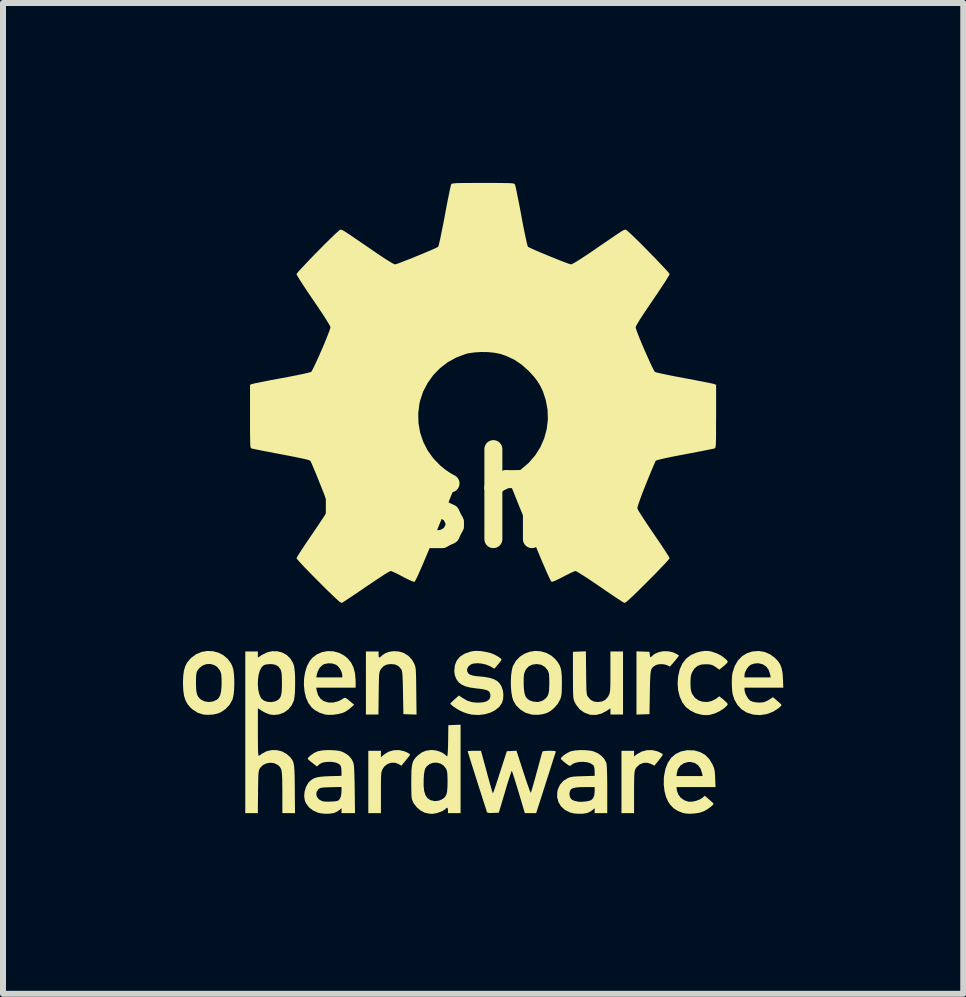
<source format=kicad_pcb>
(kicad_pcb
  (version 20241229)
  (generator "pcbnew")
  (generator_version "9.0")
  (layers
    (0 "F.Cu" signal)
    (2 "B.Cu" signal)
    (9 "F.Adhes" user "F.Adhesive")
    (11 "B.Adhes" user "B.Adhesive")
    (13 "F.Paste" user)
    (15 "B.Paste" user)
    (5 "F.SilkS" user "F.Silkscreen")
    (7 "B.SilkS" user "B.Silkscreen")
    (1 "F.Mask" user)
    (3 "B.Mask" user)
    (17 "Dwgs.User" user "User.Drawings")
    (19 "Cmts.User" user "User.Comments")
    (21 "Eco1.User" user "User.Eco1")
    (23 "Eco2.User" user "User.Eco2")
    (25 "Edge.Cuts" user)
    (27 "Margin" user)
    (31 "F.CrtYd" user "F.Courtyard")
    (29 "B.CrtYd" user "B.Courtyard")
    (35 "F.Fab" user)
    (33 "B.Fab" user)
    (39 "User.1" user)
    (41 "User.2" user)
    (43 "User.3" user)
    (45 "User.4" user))
  (footprint "oshw"
    (layer "F.Cu")
    (at 4.996 5.259)
    (property "Reference" "oshw" (at 0 0 0) (layer "F.SilkS") (effects (font (size 1.5 1.5) (thickness 0.3))))
    (attr board_only exclude_from_pos_files exclude_from_bom)
    (fp_poly (pts (xy 2.92 4.218) (xy 2.996 4.257) (xy 3.002 4.268) (xy 2.996 4.286) (xy 2.976 4.315) (xy 2.94 4.36) (xy 2.939 4.362) (xy 2.863 4.455) (xy 2.811 4.428) (xy 2.745 4.407) (xy 2.679 4.409) (xy 2.618 4.434) (xy 2.568 4.478) (xy 2.547 4.51) (xy 2.54 4.527) (xy 2.535 4.548) (xy 2.531 4.576) (xy 2.528 4.615) (xy 2.526 4.669) (xy 2.525 4.74) (xy 2.524 4.832) (xy 2.524 4.901) (xy 2.524 5.246) (xy 2.419 5.246) (xy 2.314 5.246) (xy 2.314 4.726) (xy 2.314 4.207) (xy 2.419 4.207) (xy 2.524 4.207) (xy 2.524 4.254) (xy 2.524 4.3) (xy 2.57 4.265) (xy 2.65 4.22) (xy 2.739 4.197) (xy 2.831 4.196)) (stroke (width 0) (type solid)) (fill yes) (layer "F.SilkS"))
    (fp_poly (pts (xy -1.307 4.215) (xy -1.279 4.226) (xy -1.241 4.245) (xy -1.216 4.261) (xy -1.21 4.269) (xy -1.217 4.284) (xy -1.238 4.313) (xy -1.269 4.351) (xy -1.282 4.368) (xy -1.355 4.456) (xy -1.397 4.43) (xy -1.459 4.406) (xy -1.524 4.406) (xy -1.585 4.426) (xy -1.637 4.466) (xy -1.666 4.509) (xy -1.675 4.528) (xy -1.682 4.547) (xy -1.688 4.57) (xy -1.691 4.6) (xy -1.694 4.64) (xy -1.695 4.695) (xy -1.696 4.768) (xy -1.696 4.862) (xy -1.696 4.907) (xy -1.696 5.246) (xy -1.801 5.246) (xy -1.906 5.246) (xy -1.906 4.726) (xy -1.906 4.207) (xy -1.801 4.207) (xy -1.696 4.207) (xy -1.696 4.261) (xy -1.696 4.314) (xy -1.643 4.269) (xy -1.57 4.223) (xy -1.485 4.198) (xy -1.396 4.195)) (stroke (width 0) (type solid)) (fill yes) (layer "F.SilkS"))
    (fp_poly (pts (xy 3.094 2.548) (xy 3.173 2.565) (xy 3.231 2.592) (xy 3.274 2.619) (xy 3.248 2.654) (xy 3.225 2.684) (xy 3.193 2.722) (xy 3.172 2.746) (xy 3.121 2.804) (xy 3.08 2.782) (xy 3.027 2.766) (xy 2.967 2.762) (xy 2.91 2.77) (xy 2.875 2.785) (xy 2.852 2.801) (xy 2.834 2.816) (xy 2.82 2.834) (xy 2.809 2.859) (xy 2.802 2.892) (xy 2.797 2.937) (xy 2.793 2.998) (xy 2.79 3.077) (xy 2.788 3.179) (xy 2.787 3.234) (xy 2.781 3.596) (xy 2.672 3.6) (xy 2.564 3.603) (xy 2.564 3.076) (xy 2.564 2.549) (xy 2.672 2.553) (xy 2.781 2.557) (xy 2.787 2.609) (xy 2.792 2.64) (xy 2.799 2.649) (xy 2.81 2.64) (xy 2.812 2.638) (xy 2.865 2.593) (xy 2.934 2.563) (xy 3.012 2.547)) (stroke (width 0) (type solid)) (fill yes) (layer "F.SilkS"))
    (fp_poly (pts (xy 1.725 2.911) (xy 1.726 3.018) (xy 1.728 3.102) (xy 1.729 3.166) (xy 1.731 3.214) (xy 1.735 3.248) (xy 1.739 3.272) (xy 1.744 3.289) (xy 1.751 3.302) (xy 1.756 3.308) (xy 1.8 3.357) (xy 1.848 3.384) (xy 1.907 3.394) (xy 1.917 3.394) (xy 1.99 3.385) (xy 2.047 3.356) (xy 2.09 3.305) (xy 2.1 3.287) (xy 2.109 3.268) (xy 2.116 3.249) (xy 2.121 3.226) (xy 2.125 3.197) (xy 2.127 3.156) (xy 2.129 3.101) (xy 2.13 3.029) (xy 2.13 2.935) (xy 2.13 2.89) (xy 2.13 2.551) (xy 2.235 2.551) (xy 2.34 2.551) (xy 2.34 3.076) (xy 2.34 3.602) (xy 2.235 3.602) (xy 2.13 3.602) (xy 2.13 3.551) (xy 2.13 3.499) (xy 2.065 3.543) (xy 1.978 3.588) (xy 1.889 3.609) (xy 1.802 3.607) (xy 1.781 3.603) (xy 1.69 3.568) (xy 1.614 3.512) (xy 1.555 3.435) (xy 1.536 3.398) (xy 1.527 3.379) (xy 1.52 3.359) (xy 1.515 3.337) (xy 1.511 3.309) (xy 1.509 3.271) (xy 1.507 3.22) (xy 1.506 3.153) (xy 1.506 3.067) (xy 1.505 2.958) (xy 1.505 2.945) (xy 1.505 2.557) (xy 1.613 2.553) (xy 1.721 2.549)) (stroke (width 0) (type solid)) (fill yes) (layer "F.SilkS"))
    (fp_poly (pts (xy -1.4 2.551) (xy -1.325 2.572) (xy -1.308 2.58) (xy -1.235 2.627) (xy -1.18 2.686) (xy -1.141 2.754) (xy -1.133 2.774) (xy -1.126 2.794) (xy -1.12 2.817) (xy -1.116 2.846) (xy -1.113 2.886) (xy -1.111 2.938) (xy -1.109 3.007) (xy -1.108 3.095) (xy -1.107 3.206) (xy -1.107 3.212) (xy -1.102 3.603) (xy -1.212 3.6) (xy -1.321 3.596) (xy -1.328 3.241) (xy -1.33 3.133) (xy -1.332 3.049) (xy -1.335 2.984) (xy -1.338 2.936) (xy -1.341 2.901) (xy -1.346 2.876) (xy -1.352 2.858) (xy -1.359 2.845) (xy -1.401 2.797) (xy -1.456 2.769) (xy -1.524 2.761) (xy -1.595 2.769) (xy -1.649 2.794) (xy -1.692 2.84) (xy -1.698 2.849) (xy -1.707 2.865) (xy -1.714 2.881) (xy -1.72 2.901) (xy -1.724 2.928) (xy -1.727 2.965) (xy -1.729 3.016) (xy -1.731 3.085) (xy -1.732 3.174) (xy -1.733 3.251) (xy -1.737 3.602) (xy -1.842 3.602) (xy -1.946 3.602) (xy -1.946 3.076) (xy -1.946 2.551) (xy -1.841 2.551) (xy -1.735 2.551) (xy -1.735 2.603) (xy -1.733 2.641) (xy -1.723 2.653) (xy -1.703 2.642) (xy -1.683 2.623) (xy -1.629 2.583) (xy -1.559 2.557) (xy -1.48 2.546)) (stroke (width 0) (type solid)) (fill yes) (layer "F.SilkS"))
    (fp_poly (pts (xy -2.487 2.549) (xy -2.394 2.574) (xy -2.308 2.619) (xy -2.25 2.667) (xy -2.194 2.735) (xy -2.154 2.815) (xy -2.129 2.909) (xy -2.118 3.022) (xy -2.117 3.073) (xy -2.117 3.155) (xy -2.446 3.155) (xy -2.775 3.155) (xy -2.766 3.205) (xy -2.743 3.28) (xy -2.702 3.34) (xy -2.649 3.379) (xy -2.572 3.402) (xy -2.489 3.402) (xy -2.405 3.381) (xy -2.326 3.338) (xy -2.32 3.333) (xy -2.305 3.324) (xy -2.289 3.325) (xy -2.268 3.336) (xy -2.235 3.362) (xy -2.218 3.376) (xy -2.142 3.438) (xy -2.202 3.493) (xy -2.248 3.529) (xy -2.301 3.561) (xy -2.331 3.574) (xy -2.405 3.594) (xy -2.488 3.606) (xy -2.569 3.608) (xy -2.628 3.602) (xy -2.718 3.573) (xy -2.8 3.527) (xy -2.849 3.486) (xy -2.904 3.413) (xy -2.944 3.323) (xy -2.969 3.221) (xy -2.98 3.112) (xy -2.977 3.002) (xy -2.974 2.984) (xy -2.773 2.984) (xy -2.557 2.984) (xy -2.34 2.984) (xy -2.34 2.947) (xy -2.35 2.896) (xy -2.377 2.842) (xy -2.414 2.796) (xy -2.445 2.772) (xy -2.506 2.752) (xy -2.573 2.748) (xy -2.636 2.761) (xy -2.67 2.777) (xy -2.717 2.823) (xy -2.751 2.888) (xy -2.766 2.942) (xy -2.773 2.984) (xy -2.974 2.984) (xy -2.959 2.894) (xy -2.928 2.795) (xy -2.882 2.709) (xy -2.839 2.657) (xy -2.763 2.599) (xy -2.676 2.562) (xy -2.583 2.545)) (stroke (width 0) (type solid)) (fill yes) (layer "F.SilkS"))
    (fp_poly (pts (xy 3.53 4.201) (xy 3.628 4.229) (xy 3.712 4.278) (xy 3.781 4.349) (xy 3.827 4.425) (xy 3.846 4.466) (xy 3.859 4.501) (xy 3.867 4.539) (xy 3.872 4.586) (xy 3.876 4.651) (xy 3.876 4.662) (xy 3.882 4.812) (xy 3.556 4.812) (xy 3.231 4.812) (xy 3.238 4.867) (xy 3.26 4.933) (xy 3.302 4.99) (xy 3.362 5.032) (xy 3.431 5.055) (xy 3.49 5.055) (xy 3.556 5.042) (xy 3.62 5.018) (xy 3.665 4.99) (xy 3.704 4.957) (xy 3.775 5.018) (xy 3.81 5.049) (xy 3.837 5.074) (xy 3.849 5.087) (xy 3.849 5.088) (xy 3.843 5.104) (xy 3.818 5.128) (xy 3.782 5.157) (xy 3.739 5.186) (xy 3.695 5.211) (xy 3.682 5.217) (xy 3.616 5.239) (xy 3.537 5.252) (xy 3.455 5.257) (xy 3.379 5.252) (xy 3.333 5.241) (xy 3.248 5.207) (xy 3.182 5.164) (xy 3.128 5.107) (xy 3.097 5.062) (xy 3.058 4.98) (xy 3.032 4.88) (xy 3.019 4.769) (xy 3.021 4.652) (xy 3.024 4.629) (xy 3.024 4.628) (xy 3.231 4.628) (xy 3.449 4.628) (xy 3.667 4.628) (xy 3.659 4.585) (xy 3.634 4.507) (xy 3.592 4.448) (xy 3.536 4.41) (xy 3.467 4.394) (xy 3.428 4.394) (xy 3.356 4.413) (xy 3.298 4.452) (xy 3.257 4.508) (xy 3.238 4.573) (xy 3.231 4.628) (xy 3.024 4.628) (xy 3.047 4.509) (xy 3.087 4.406) (xy 3.144 4.323) (xy 3.217 4.26) (xy 3.305 4.218) (xy 3.407 4.198) (xy 3.42 4.197)) (stroke (width 0) (type solid)) (fill yes) (layer "F.SilkS"))
    (fp_poly (pts (xy 3.755 2.542) (xy 3.805 2.551) (xy 3.826 2.556) (xy 3.911 2.586) (xy 3.992 2.63) (xy 4.056 2.682) (xy 4.062 2.688) (xy 4.082 2.711) (xy 4.085 2.726) (xy 4.072 2.745) (xy 4.068 2.749) (xy 4.042 2.775) (xy 4.006 2.805) (xy 3.994 2.815) (xy 3.946 2.854) (xy 3.885 2.811) (xy 3.845 2.786) (xy 3.808 2.772) (xy 3.76 2.765) (xy 3.737 2.764) (xy 3.652 2.768) (xy 3.586 2.79) (xy 3.533 2.833) (xy 3.498 2.887) (xy 3.482 2.922) (xy 3.472 2.957) (xy 3.467 3) (xy 3.465 3.058) (xy 3.465 3.076) (xy 3.466 3.141) (xy 3.471 3.188) (xy 3.479 3.225) (xy 3.494 3.26) (xy 3.496 3.263) (xy 3.538 3.323) (xy 3.597 3.366) (xy 3.665 3.389) (xy 3.74 3.394) (xy 3.816 3.378) (xy 3.887 3.342) (xy 3.897 3.334) (xy 3.945 3.298) (xy 3.994 3.337) (xy 4.029 3.367) (xy 4.06 3.396) (xy 4.068 3.404) (xy 4.085 3.425) (xy 4.083 3.44) (xy 4.068 3.459) (xy 4.016 3.505) (xy 3.948 3.548) (xy 3.874 3.583) (xy 3.849 3.591) (xy 3.789 3.607) (xy 3.736 3.613) (xy 3.678 3.61) (xy 3.628 3.602) (xy 3.548 3.579) (xy 3.467 3.538) (xy 3.398 3.487) (xy 3.384 3.474) (xy 3.328 3.399) (xy 3.286 3.306) (xy 3.259 3.2) (xy 3.25 3.085) (xy 3.258 2.97) (xy 3.285 2.851) (xy 3.33 2.751) (xy 3.392 2.671) (xy 3.472 2.61) (xy 3.571 2.568) (xy 3.651 2.549) (xy 3.708 2.542)) (stroke (width 0) (type solid)) (fill yes) (layer "F.SilkS"))
    (fp_poly (pts (xy 4.703 2.56) (xy 4.797 2.602) (xy 4.876 2.662) (xy 4.926 2.715) (xy 4.962 2.771) (xy 4.985 2.834) (xy 5 2.912) (xy 5.006 3.007) (xy 5.012 3.155) (xy 4.688 3.155) (xy 4.365 3.155) (xy 4.365 3.192) (xy 4.374 3.237) (xy 4.396 3.289) (xy 4.427 3.337) (xy 4.46 3.371) (xy 4.501 3.389) (xy 4.558 3.4) (xy 4.62 3.404) (xy 4.677 3.398) (xy 4.698 3.393) (xy 4.74 3.375) (xy 4.785 3.35) (xy 4.792 3.345) (xy 4.84 3.313) (xy 4.911 3.374) (xy 4.946 3.405) (xy 4.972 3.43) (xy 4.983 3.445) (xy 4.983 3.445) (xy 4.973 3.459) (xy 4.95 3.482) (xy 4.936 3.494) (xy 4.841 3.556) (xy 4.735 3.596) (xy 4.623 3.612) (xy 4.509 3.603) (xy 4.503 3.602) (xy 4.401 3.569) (xy 4.315 3.515) (xy 4.247 3.442) (xy 4.195 3.35) (xy 4.169 3.268) (xy 4.16 3.212) (xy 4.155 3.14) (xy 4.153 3.061) (xy 4.156 2.985) (xy 4.16 2.947) (xy 4.365 2.947) (xy 4.365 2.984) (xy 4.583 2.984) (xy 4.802 2.984) (xy 4.793 2.935) (xy 4.768 2.859) (xy 4.726 2.802) (xy 4.668 2.764) (xy 4.597 2.748) (xy 4.583 2.748) (xy 4.523 2.754) (xy 4.472 2.771) (xy 4.47 2.772) (xy 4.43 2.805) (xy 4.395 2.854) (xy 4.371 2.908) (xy 4.365 2.947) (xy 4.16 2.947) (xy 4.163 2.922) (xy 4.166 2.905) (xy 4.202 2.794) (xy 4.255 2.702) (xy 4.324 2.63) (xy 4.409 2.579) (xy 4.499 2.551) (xy 4.602 2.543)) (stroke (width 0) (type solid)) (fill yes) (layer "F.SilkS"))
    (fp_poly (pts (xy -4.496 2.547) (xy -4.405 2.571) (xy -4.322 2.614) (xy -4.25 2.675) (xy -4.192 2.755) (xy -4.173 2.796) (xy -4.157 2.849) (xy -4.147 2.922) (xy -4.141 3.006) (xy -4.14 3.097) (xy -4.143 3.185) (xy -4.151 3.266) (xy -4.164 3.331) (xy -4.173 3.358) (xy -4.22 3.441) (xy -4.286 3.511) (xy -4.364 3.564) (xy -4.417 3.586) (xy -4.496 3.603) (xy -4.581 3.608) (xy -4.655 3.603) (xy -4.75 3.573) (xy -4.836 3.518) (xy -4.869 3.489) (xy -4.918 3.432) (xy -4.953 3.367) (xy -4.978 3.291) (xy -4.991 3.198) (xy -4.996 3.085) (xy -4.996 3.076) (xy -4.779 3.076) (xy -4.777 3.161) (xy -4.771 3.225) (xy -4.759 3.273) (xy -4.74 3.309) (xy -4.712 3.34) (xy -4.692 3.356) (xy -4.634 3.384) (xy -4.565 3.394) (xy -4.496 3.385) (xy -4.433 3.357) (xy -4.433 3.357) (xy -4.4 3.327) (xy -4.376 3.282) (xy -4.361 3.22) (xy -4.353 3.137) (xy -4.352 3.076) (xy -4.352 3.007) (xy -4.355 2.958) (xy -4.36 2.922) (xy -4.369 2.892) (xy -4.381 2.867) (xy -4.422 2.812) (xy -4.476 2.777) (xy -4.538 2.76) (xy -4.603 2.762) (xy -4.665 2.783) (xy -4.719 2.824) (xy -4.752 2.866) (xy -4.764 2.889) (xy -4.771 2.915) (xy -4.776 2.95) (xy -4.778 2.999) (xy -4.779 3.069) (xy -4.779 3.076) (xy -4.996 3.076) (xy -4.992 2.964) (xy -4.98 2.873) (xy -4.958 2.797) (xy -4.925 2.734) (xy -4.878 2.677) (xy -4.859 2.658) (xy -4.776 2.597) (xy -4.685 2.559) (xy -4.591 2.543)) (stroke (width 0) (type solid)) (fill yes) (layer "F.SilkS"))
    (fp_poly (pts (xy 0.971 2.549) (xy 1.062 2.575) (xy 1.147 2.622) (xy 1.215 2.683) (xy 1.252 2.729) (xy 1.28 2.775) (xy 1.3 2.825) (xy 1.312 2.885) (xy 1.319 2.96) (xy 1.321 3.055) (xy 1.321 3.083) (xy 1.32 3.163) (xy 1.318 3.222) (xy 1.315 3.266) (xy 1.308 3.301) (xy 1.299 3.333) (xy 1.291 3.354) (xy 1.252 3.424) (xy 1.195 3.49) (xy 1.129 3.545) (xy 1.074 3.575) (xy 1.001 3.597) (xy 0.917 3.608) (xy 0.833 3.605) (xy 0.812 3.602) (xy 0.715 3.573) (xy 0.63 3.521) (xy 0.559 3.451) (xy 0.511 3.37) (xy 0.492 3.31) (xy 0.479 3.231) (xy 0.471 3.141) (xy 0.47 3.076) (xy 0.684 3.076) (xy 0.687 3.172) (xy 0.697 3.245) (xy 0.715 3.3) (xy 0.743 3.339) (xy 0.784 3.367) (xy 0.838 3.385) (xy 0.838 3.386) (xy 0.915 3.394) (xy 0.985 3.378) (xy 1.024 3.355) (xy 1.058 3.326) (xy 1.082 3.293) (xy 1.098 3.252) (xy 1.107 3.198) (xy 1.11 3.125) (xy 1.111 3.076) (xy 1.11 3.005) (xy 1.108 2.954) (xy 1.104 2.918) (xy 1.096 2.891) (xy 1.085 2.868) (xy 1.084 2.866) (xy 1.037 2.808) (xy 0.976 2.773) (xy 0.903 2.761) (xy 0.902 2.761) (xy 0.826 2.771) (xy 0.766 2.801) (xy 0.722 2.851) (xy 0.713 2.867) (xy 0.7 2.896) (xy 0.691 2.925) (xy 0.686 2.963) (xy 0.684 3.014) (xy 0.684 3.076) (xy 0.47 3.076) (xy 0.47 3.046) (xy 0.474 2.954) (xy 0.485 2.871) (xy 0.501 2.804) (xy 0.506 2.792) (xy 0.555 2.707) (xy 0.62 2.639) (xy 0.698 2.588) (xy 0.785 2.556) (xy 0.877 2.542)) (stroke (width 0) (type solid)) (fill yes) (layer "F.SilkS"))
    (fp_poly (pts (xy -0.368 4.509) (xy -0.368 5.246) (xy -0.473 5.246) (xy -0.578 5.246) (xy -0.578 5.2) (xy -0.582 5.165) (xy -0.594 5.155) (xy -0.615 5.17) (xy -0.624 5.18) (xy -0.659 5.205) (xy -0.71 5.228) (xy -0.77 5.247) (xy -0.828 5.257) (xy -0.852 5.258) (xy -0.904 5.253) (xy -0.956 5.241) (xy -0.968 5.238) (xy -1.038 5.201) (xy -1.101 5.146) (xy -1.151 5.08) (xy -1.159 5.065) (xy -1.169 5.042) (xy -1.177 5.02) (xy -1.183 4.995) (xy -1.186 4.961) (xy -1.188 4.916) (xy -1.189 4.854) (xy -1.19 4.79) (xy -0.984 4.79) (xy -0.975 4.878) (xy -0.954 4.946) (xy -0.922 4.994) (xy -0.878 5.025) (xy -0.865 5.031) (xy -0.797 5.046) (xy -0.732 5.038) (xy -0.689 5.022) (xy -0.651 4.999) (xy -0.624 4.972) (xy -0.605 4.936) (xy -0.593 4.886) (xy -0.587 4.819) (xy -0.585 4.73) (xy -0.585 4.726) (xy -0.586 4.653) (xy -0.588 4.6) (xy -0.592 4.562) (xy -0.599 4.532) (xy -0.61 4.507) (xy -0.612 4.503) (xy -0.651 4.453) (xy -0.704 4.42) (xy -0.764 4.405) (xy -0.826 4.407) (xy -0.884 4.428) (xy -0.932 4.466) (xy -0.955 4.499) (xy -0.969 4.54) (xy -0.978 4.603) (xy -0.983 4.678) (xy -0.984 4.79) (xy -1.19 4.79) (xy -1.19 4.771) (xy -1.19 4.733) (xy -1.189 4.625) (xy -1.187 4.54) (xy -1.181 4.474) (xy -1.172 4.422) (xy -1.158 4.38) (xy -1.138 4.346) (xy -1.112 4.314) (xy -1.078 4.282) (xy -1.012 4.233) (xy -0.942 4.205) (xy -0.86 4.194) (xy -0.84 4.194) (xy -0.782 4.201) (xy -0.721 4.218) (xy -0.666 4.242) (xy -0.626 4.271) (xy -0.62 4.277) (xy -0.6 4.295) (xy -0.59 4.299) (xy -0.587 4.287) (xy -0.583 4.252) (xy -0.58 4.199) (xy -0.577 4.131) (xy -0.576 4.053) (xy -0.575 4.039) (xy -0.572 3.78) (xy -0.47 3.776) (xy -0.368 3.772)) (stroke (width 0) (type solid)) (fill yes) (layer "F.SilkS"))
    (fp_poly (pts (xy -0.023 2.546) (xy 0.052 2.558) (xy 0.121 2.574) (xy 0.169 2.591) (xy 0.219 2.615) (xy 0.264 2.641) (xy 0.297 2.665) (xy 0.314 2.683) (xy 0.315 2.686) (xy 0.308 2.701) (xy 0.287 2.73) (xy 0.257 2.766) (xy 0.255 2.768) (xy 0.195 2.839) (xy 0.122 2.797) (xy 0.057 2.77) (xy -0.016 2.753) (xy -0.09 2.747) (xy -0.155 2.753) (xy -0.195 2.767) (xy -0.236 2.799) (xy -0.258 2.838) (xy -0.259 2.88) (xy -0.239 2.917) (xy -0.211 2.938) (xy -0.179 2.949) (xy -0.131 2.959) (xy -0.077 2.965) (xy -0.077 2.965) (xy 0.033 2.976) (xy 0.119 2.992) (xy 0.187 3.013) (xy 0.239 3.042) (xy 0.279 3.079) (xy 0.311 3.127) (xy 0.313 3.132) (xy 0.337 3.2) (xy 0.346 3.276) (xy 0.34 3.351) (xy 0.322 3.409) (xy 0.278 3.474) (xy 0.212 3.528) (xy 0.131 3.57) (xy 0.037 3.598) (xy -0.065 3.61) (xy -0.171 3.605) (xy -0.197 3.601) (xy -0.249 3.588) (xy -0.309 3.568) (xy -0.353 3.549) (xy -0.401 3.525) (xy -0.449 3.496) (xy -0.492 3.466) (xy -0.523 3.441) (xy -0.538 3.423) (xy -0.539 3.42) (xy -0.53 3.408) (xy -0.505 3.384) (xy -0.471 3.352) (xy -0.467 3.348) (xy -0.395 3.285) (xy -0.336 3.326) (xy -0.255 3.372) (xy -0.174 3.397) (xy -0.08 3.405) (xy -0.077 3.405) (xy 0.008 3.399) (xy 0.071 3.38) (xy 0.111 3.349) (xy 0.129 3.304) (xy 0.129 3.271) (xy 0.121 3.239) (xy 0.102 3.215) (xy 0.069 3.196) (xy 0.018 3.183) (xy -0.054 3.172) (xy -0.092 3.169) (xy -0.199 3.154) (xy -0.283 3.134) (xy -0.349 3.105) (xy -0.399 3.066) (xy -0.436 3.015) (xy -0.448 2.991) (xy -0.464 2.944) (xy -0.472 2.89) (xy -0.473 2.874) (xy -0.463 2.78) (xy -0.431 2.701) (xy -0.377 2.637) (xy -0.302 2.589) (xy -0.206 2.555) (xy -0.149 2.544) (xy -0.094 2.541)) (stroke (width 0) (type solid)) (fill yes) (layer "F.SilkS"))
    (fp_poly (pts (xy -2.524 4.196) (xy -2.455 4.2) (xy -2.405 4.206) (xy -2.365 4.215) (xy -2.328 4.229) (xy -2.309 4.239) (xy -2.236 4.285) (xy -2.184 4.346) (xy -2.156 4.404) (xy -2.15 4.429) (xy -2.145 4.47) (xy -2.141 4.53) (xy -2.138 4.611) (xy -2.135 4.714) (xy -2.133 4.842) (xy -2.133 4.848) (xy -2.128 5.246) (xy -2.24 5.246) (xy -2.353 5.246) (xy -2.353 5.205) (xy -2.353 5.164) (xy -2.393 5.198) (xy -2.434 5.225) (xy -2.479 5.244) (xy -2.482 5.245) (xy -2.543 5.255) (xy -2.617 5.257) (xy -2.69 5.251) (xy -2.743 5.24) (xy -2.828 5.202) (xy -2.897 5.148) (xy -2.946 5.08) (xy -2.964 5.038) (xy -2.975 4.966) (xy -2.973 4.937) (xy -2.773 4.937) (xy -2.759 4.981) (xy -2.726 5.019) (xy -2.678 5.045) (xy -2.662 5.049) (xy -2.621 5.054) (xy -2.567 5.055) (xy -2.509 5.053) (xy -2.457 5.049) (xy -2.419 5.042) (xy -2.413 5.04) (xy -2.386 5.017) (xy -2.365 4.973) (xy -2.355 4.914) (xy -2.353 4.884) (xy -2.353 4.81) (xy -2.53 4.814) (xy -2.602 4.816) (xy -2.652 4.819) (xy -2.686 4.823) (xy -2.709 4.829) (xy -2.726 4.838) (xy -2.74 4.85) (xy -2.768 4.891) (xy -2.773 4.937) (xy -2.973 4.937) (xy -2.968 4.887) (xy -2.945 4.81) (xy -2.908 4.744) (xy -2.884 4.717) (xy -2.849 4.688) (xy -2.811 4.666) (xy -2.767 4.651) (xy -2.71 4.641) (xy -2.637 4.634) (xy -2.547 4.63) (xy -2.353 4.625) (xy -2.353 4.553) (xy -2.356 4.507) (xy -2.362 4.469) (xy -2.368 4.455) (xy -2.397 4.425) (xy -2.446 4.404) (xy -2.51 4.392) (xy -2.542 4.391) (xy -2.615 4.394) (xy -2.669 4.404) (xy -2.709 4.423) (xy -2.728 4.438) (xy -2.762 4.469) (xy -2.84 4.408) (xy -2.878 4.378) (xy -2.906 4.353) (xy -2.918 4.339) (xy -2.919 4.337) (xy -2.909 4.324) (xy -2.886 4.3) (xy -2.863 4.28) (xy -2.808 4.241) (xy -2.745 4.214) (xy -2.671 4.2) (xy -2.579 4.195)) (stroke (width 0) (type solid)) (fill yes) (layer "F.SilkS"))
    (fp_poly (pts (xy 1.719 4.197) (xy 1.802 4.206) (xy 1.846 4.216) (xy 1.916 4.246) (xy 1.979 4.29) (xy 2.029 4.344) (xy 2.06 4.403) (xy 2.063 4.411) (xy 2.067 4.441) (xy 2.071 4.495) (xy 2.074 4.572) (xy 2.076 4.668) (xy 2.077 4.781) (xy 2.077 4.855) (xy 2.077 5.246) (xy 1.972 5.246) (xy 1.867 5.246) (xy 1.867 5.205) (xy 1.867 5.164) (xy 1.827 5.198) (xy 1.786 5.225) (xy 1.741 5.244) (xy 1.738 5.245) (xy 1.674 5.256) (xy 1.597 5.257) (xy 1.521 5.251) (xy 1.457 5.236) (xy 1.456 5.235) (xy 1.372 5.193) (xy 1.308 5.135) (xy 1.264 5.063) (xy 1.242 4.982) (xy 1.243 4.933) (xy 1.447 4.933) (xy 1.457 4.985) (xy 1.488 5.023) (xy 1.528 5.041) (xy 1.565 5.049) (xy 1.584 5.054) (xy 1.623 5.058) (xy 1.674 5.056) (xy 1.728 5.05) (xy 1.776 5.041) (xy 1.808 5.029) (xy 1.81 5.028) (xy 1.842 4.996) (xy 1.861 4.949) (xy 1.867 4.882) (xy 1.867 4.877) (xy 1.867 4.812) (xy 1.702 4.812) (xy 1.612 4.814) (xy 1.546 4.82) (xy 1.499 4.833) (xy 1.469 4.853) (xy 1.453 4.883) (xy 1.447 4.923) (xy 1.447 4.933) (xy 1.243 4.933) (xy 1.244 4.893) (xy 1.254 4.849) (xy 1.29 4.771) (xy 1.347 4.707) (xy 1.42 4.662) (xy 1.448 4.651) (xy 1.48 4.643) (xy 1.521 4.637) (xy 1.576 4.633) (xy 1.651 4.631) (xy 1.673 4.63) (xy 1.867 4.625) (xy 1.867 4.549) (xy 1.863 4.493) (xy 1.851 4.456) (xy 1.844 4.447) (xy 1.803 4.418) (xy 1.746 4.399) (xy 1.68 4.391) (xy 1.611 4.393) (xy 1.548 4.406) (xy 1.497 4.428) (xy 1.474 4.448) (xy 1.463 4.457) (xy 1.449 4.457) (xy 1.427 4.445) (xy 1.391 4.419) (xy 1.379 4.41) (xy 1.342 4.38) (xy 1.314 4.355) (xy 1.302 4.34) (xy 1.302 4.339) (xy 1.312 4.319) (xy 1.34 4.292) (xy 1.379 4.263) (xy 1.423 4.237) (xy 1.464 4.218) (xy 1.474 4.214) (xy 1.544 4.201) (xy 1.63 4.195)) (stroke (width 0) (type solid)) (fill yes) (layer "F.SilkS"))
    (fp_poly (pts (xy 0.679 4.561) (xy 0.709 4.652) (xy 0.736 4.734) (xy 0.761 4.803) (xy 0.78 4.857) (xy 0.795 4.893) (xy 0.802 4.907) (xy 0.803 4.907) (xy 0.808 4.892) (xy 0.82 4.855) (xy 0.836 4.8) (xy 0.856 4.73) (xy 0.879 4.648) (xy 0.9 4.569) (xy 0.925 4.479) (xy 0.947 4.398) (xy 0.966 4.328) (xy 0.981 4.273) (xy 0.992 4.237) (xy 0.996 4.223) (xy 1.01 4.214) (xy 1.048 4.209) (xy 1.109 4.207) (xy 1.114 4.207) (xy 1.171 4.208) (xy 1.204 4.211) (xy 1.219 4.218) (xy 1.219 4.223) (xy 1.214 4.241) (xy 1.201 4.279) (xy 1.184 4.333) (xy 1.162 4.401) (xy 1.138 4.476) (xy 1.138 4.477) (xy 1.109 4.569) (xy 1.074 4.677) (xy 1.038 4.79) (xy 1.003 4.9) (xy 0.978 4.979) (xy 0.892 5.246) (xy 0.797 5.246) (xy 0.703 5.246) (xy 0.599 4.896) (xy 0.571 4.805) (xy 0.546 4.723) (xy 0.524 4.652) (xy 0.506 4.596) (xy 0.493 4.558) (xy 0.486 4.542) (xy 0.486 4.542) (xy 0.48 4.553) (xy 0.468 4.586) (xy 0.451 4.637) (xy 0.429 4.705) (xy 0.404 4.785) (xy 0.377 4.875) (xy 0.374 4.888) (xy 0.269 5.239) (xy 0.174 5.243) (xy 0.119 5.244) (xy 0.086 5.24) (xy 0.073 5.231) (xy 0.072 5.23) (xy 0.065 5.209) (xy 0.052 5.167) (xy 0.033 5.108) (xy 0.009 5.035) (xy -0.017 4.951) (xy -0.047 4.859) (xy -0.078 4.762) (xy -0.109 4.664) (xy -0.139 4.568) (xy -0.168 4.478) (xy -0.194 4.395) (xy -0.216 4.325) (xy -0.233 4.269) (xy -0.245 4.231) (xy -0.25 4.215) (xy -0.25 4.214) (xy -0.238 4.211) (xy -0.205 4.209) (xy -0.159 4.207) (xy -0.139 4.207) (xy -0.028 4.207) (xy -0.016 4.25) (xy -0.009 4.274) (xy 0.003 4.32) (xy 0.02 4.383) (xy 0.041 4.459) (xy 0.064 4.544) (xy 0.08 4.605) (xy 0.104 4.691) (xy 0.125 4.768) (xy 0.144 4.832) (xy 0.158 4.881) (xy 0.168 4.91) (xy 0.171 4.917) (xy 0.176 4.905) (xy 0.189 4.871) (xy 0.207 4.818) (xy 0.23 4.75) (xy 0.256 4.669) (xy 0.285 4.579) (xy 0.29 4.565) (xy 0.403 4.214) (xy 0.483 4.21) (xy 0.564 4.206)) (stroke (width 0) (type solid)) (fill yes) (layer "F.SilkS"))
    (fp_poly (pts (xy -3.423 2.548) (xy -3.341 2.569) (xy -3.267 2.61) (xy -3.206 2.669) (xy -3.161 2.744) (xy -3.147 2.784) (xy -3.138 2.832) (xy -3.131 2.9) (xy -3.127 2.981) (xy -3.126 3.069) (xy -3.127 3.157) (xy -3.13 3.24) (xy -3.137 3.31) (xy -3.145 3.362) (xy -3.147 3.369) (xy -3.184 3.45) (xy -3.24 3.518) (xy -3.311 3.569) (xy -3.392 3.6) (xy -3.481 3.61) (xy -3.546 3.602) (xy -3.593 3.586) (xy -3.646 3.561) (xy -3.678 3.542) (xy -3.747 3.497) (xy -3.747 3.899) (xy -3.747 4.016) (xy -3.746 4.109) (xy -3.745 4.18) (xy -3.743 4.232) (xy -3.74 4.266) (xy -3.737 4.285) (xy -3.732 4.291) (xy -3.73 4.291) (xy -3.709 4.277) (xy -3.679 4.256) (xy -3.675 4.253) (xy -3.599 4.213) (xy -3.515 4.195) (xy -3.427 4.197) (xy -3.343 4.218) (xy -3.268 4.26) (xy -3.236 4.287) (xy -3.209 4.314) (xy -3.188 4.339) (xy -3.171 4.364) (xy -3.158 4.393) (xy -3.149 4.428) (xy -3.142 4.474) (xy -3.138 4.533) (xy -3.135 4.608) (xy -3.133 4.702) (xy -3.132 4.82) (xy -3.132 4.841) (xy -3.128 5.246) (xy -3.234 5.246) (xy -3.339 5.246) (xy -3.339 4.901) (xy -3.34 4.786) (xy -3.341 4.695) (xy -3.344 4.624) (xy -3.348 4.57) (xy -3.355 4.529) (xy -3.366 4.499) (xy -3.38 4.476) (xy -3.398 4.457) (xy -3.42 4.44) (xy -3.478 4.413) (xy -3.543 4.406) (xy -3.608 4.418) (xy -3.666 4.447) (xy -3.71 4.493) (xy -3.711 4.495) (xy -3.72 4.51) (xy -3.727 4.527) (xy -3.732 4.547) (xy -3.736 4.575) (xy -3.739 4.614) (xy -3.741 4.668) (xy -3.742 4.739) (xy -3.744 4.832) (xy -3.744 4.894) (xy -3.748 5.246) (xy -3.853 5.246) (xy -3.957 5.246) (xy -3.957 3.898) (xy -3.957 3.103) (xy -3.748 3.103) (xy -3.741 3.187) (xy -3.724 3.262) (xy -3.699 3.321) (xy -3.686 3.339) (xy -3.643 3.372) (xy -3.585 3.391) (xy -3.521 3.395) (xy -3.459 3.383) (xy -3.423 3.366) (xy -3.394 3.344) (xy -3.374 3.317) (xy -3.36 3.281) (xy -3.351 3.231) (xy -3.347 3.164) (xy -3.346 3.083) (xy -3.347 3.005) (xy -3.349 2.947) (xy -3.353 2.906) (xy -3.36 2.876) (xy -3.37 2.851) (xy -3.404 2.803) (xy -3.452 2.774) (xy -3.516 2.762) (xy -3.563 2.763) (xy -3.611 2.768) (xy -3.641 2.777) (xy -3.664 2.793) (xy -3.683 2.813) (xy -3.713 2.866) (xy -3.734 2.936) (xy -3.745 3.017) (xy -3.748 3.103) (xy -3.957 3.103) (xy -3.957 2.551) (xy -3.852 2.551) (xy -3.747 2.551) (xy -3.747 2.602) (xy -3.747 2.654) (xy -3.682 2.61) (xy -3.597 2.567) (xy -3.51 2.547)) (stroke (width 0) (type solid)) (fill yes) (layer "F.SilkS"))
    (fp_poly (pts (xy 0.137 -5.259) (xy 0.244 -5.259) (xy 0.329 -5.258) (xy 0.395 -5.257) (xy 0.445 -5.256) (xy 0.482 -5.254) (xy 0.506 -5.251) (xy 0.522 -5.247) (xy 0.531 -5.242) (xy 0.537 -5.236) (xy 0.539 -5.233) (xy 0.544 -5.215) (xy 0.554 -5.174) (xy 0.567 -5.113) (xy 0.582 -5.035) (xy 0.601 -4.943) (xy 0.621 -4.84) (xy 0.642 -4.729) (xy 0.645 -4.711) (xy 0.666 -4.599) (xy 0.686 -4.496) (xy 0.705 -4.403) (xy 0.722 -4.324) (xy 0.736 -4.261) (xy 0.747 -4.218) (xy 0.754 -4.198) (xy 0.754 -4.197) (xy 0.772 -4.186) (xy 0.81 -4.168) (xy 0.865 -4.143) (xy 0.932 -4.114) (xy 1.009 -4.082) (xy 1.09 -4.048) (xy 1.173 -4.014) (xy 1.253 -3.982) (xy 1.326 -3.953) (xy 1.389 -3.93) (xy 1.437 -3.912) (xy 1.467 -3.903) (xy 1.473 -3.902) (xy 1.492 -3.908) (xy 1.527 -3.926) (xy 1.579 -3.958) (xy 1.65 -4.003) (xy 1.739 -4.062) (xy 1.849 -4.136) (xy 1.912 -4.18) (xy 2.022 -4.255) (xy 2.113 -4.317) (xy 2.186 -4.367) (xy 2.243 -4.406) (xy 2.288 -4.435) (xy 2.32 -4.456) (xy 2.344 -4.469) (xy 2.36 -4.477) (xy 2.372 -4.48) (xy 2.38 -4.48) (xy 2.387 -4.478) (xy 2.39 -4.477) (xy 2.407 -4.466) (xy 2.439 -4.438) (xy 2.484 -4.396) (xy 2.539 -4.343) (xy 2.602 -4.282) (xy 2.67 -4.214) (xy 2.741 -4.142) (xy 2.812 -4.069) (xy 2.882 -3.998) (xy 2.946 -3.93) (xy 3.004 -3.869) (xy 3.052 -3.817) (xy 3.089 -3.776) (xy 3.11 -3.749) (xy 3.116 -3.739) (xy 3.109 -3.722) (xy 3.088 -3.687) (xy 3.056 -3.634) (xy 3.013 -3.568) (xy 2.962 -3.491) (xy 2.905 -3.405) (xy 2.842 -3.312) (xy 2.833 -3.3) (xy 2.748 -3.175) (xy 2.678 -3.07) (xy 2.623 -2.985) (xy 2.584 -2.921) (xy 2.559 -2.877) (xy 2.551 -2.854) (xy 2.551 -2.854) (xy 2.556 -2.83) (xy 2.57 -2.788) (xy 2.592 -2.729) (xy 2.62 -2.659) (xy 2.653 -2.58) (xy 2.688 -2.497) (xy 2.725 -2.413) (xy 2.761 -2.333) (xy 2.794 -2.259) (xy 2.824 -2.196) (xy 2.849 -2.147) (xy 2.866 -2.117) (xy 2.873 -2.109) (xy 2.892 -2.102) (xy 2.934 -2.092) (xy 2.995 -2.078) (xy 3.073 -2.062) (xy 3.164 -2.043) (xy 3.265 -2.024) (xy 3.366 -2.005) (xy 3.475 -1.985) (xy 3.576 -1.965) (xy 3.666 -1.948) (xy 3.744 -1.932) (xy 3.804 -1.92) (xy 3.845 -1.911) (xy 3.862 -1.906) (xy 3.892 -1.894) (xy 3.892 -1.369) (xy 3.891 -1.237) (xy 3.891 -1.13) (xy 3.891 -1.043) (xy 3.89 -0.976) (xy 3.888 -0.925) (xy 3.886 -0.888) (xy 3.883 -0.863) (xy 3.88 -0.848) (xy 3.875 -0.839) (xy 3.869 -0.835) (xy 3.869 -0.834) (xy 3.851 -0.83) (xy 3.81 -0.821) (xy 3.75 -0.809) (xy 3.672 -0.793) (xy 3.582 -0.776) (xy 3.48 -0.756) (xy 3.373 -0.736) (xy 3.241 -0.711) (xy 3.134 -0.69) (xy 3.048 -0.672) (xy 2.983 -0.657) (xy 2.935 -0.645) (xy 2.904 -0.636) (xy 2.887 -0.628) (xy 2.884 -0.624) (xy 2.875 -0.607) (xy 2.858 -0.568) (xy 2.834 -0.511) (xy 2.804 -0.44) (xy 2.77 -0.357) (xy 2.733 -0.266) (xy 2.721 -0.235) (xy 2.672 -0.113) (xy 2.635 -0.014) (xy 2.607 0.064) (xy 2.589 0.119) (xy 2.58 0.155) (xy 2.58 0.168) (xy 2.588 0.187) (xy 2.61 0.225) (xy 2.644 0.278) (xy 2.687 0.346) (xy 2.739 0.424) (xy 2.796 0.509) (xy 2.851 0.589) (xy 2.912 0.679) (xy 2.969 0.762) (xy 3.018 0.837) (xy 3.06 0.901) (xy 3.091 0.95) (xy 3.11 0.983) (xy 3.116 0.997) (xy 3.107 1.011) (xy 3.081 1.041) (xy 3.041 1.086) (xy 2.987 1.142) (xy 2.923 1.209) (xy 2.851 1.283) (xy 2.771 1.363) (xy 2.75 1.384) (xy 2.655 1.479) (xy 2.576 1.557) (xy 2.513 1.618) (xy 2.463 1.665) (xy 2.425 1.7) (xy 2.397 1.723) (xy 2.377 1.736) (xy 2.364 1.741) (xy 2.359 1.74) (xy 2.342 1.731) (xy 2.307 1.708) (xy 2.255 1.674) (xy 2.19 1.631) (xy 2.113 1.579) (xy 2.029 1.522) (xy 1.954 1.47) (xy 1.864 1.409) (xy 1.781 1.353) (xy 1.706 1.304) (xy 1.643 1.264) (xy 1.593 1.233) (xy 1.561 1.215) (xy 1.548 1.21) (xy 1.528 1.216) (xy 1.489 1.232) (xy 1.438 1.257) (xy 1.377 1.287) (xy 1.35 1.302) (xy 1.287 1.334) (xy 1.231 1.361) (xy 1.187 1.381) (xy 1.159 1.39) (xy 1.152 1.391) (xy 1.145 1.385) (xy 1.134 1.367) (xy 1.118 1.337) (xy 1.097 1.293) (xy 1.07 1.234) (xy 1.037 1.157) (xy 0.996 1.063) (xy 0.948 0.949) (xy 0.892 0.814) (xy 0.826 0.657) (xy 0.781 0.548) (xy 0.723 0.407) (xy 0.668 0.272) (xy 0.616 0.147) (xy 0.57 0.032) (xy 0.529 -0.07) (xy 0.494 -0.157) (xy 0.466 -0.228) (xy 0.447 -0.279) (xy 0.436 -0.31) (xy 0.434 -0.317) (xy 0.445 -0.341) (xy 0.477 -0.369) (xy 0.49 -0.378) (xy 0.527 -0.403) (xy 0.576 -0.438) (xy 0.628 -0.475) (xy 0.64 -0.484) (xy 0.768 -0.593) (xy 0.875 -0.717) (xy 0.962 -0.854) (xy 1.026 -1.001) (xy 1.068 -1.156) (xy 1.087 -1.315) (xy 1.082 -1.477) (xy 1.052 -1.64) (xy 1.007 -1.778) (xy 0.965 -1.868) (xy 0.917 -1.949) (xy 0.857 -2.028) (xy 0.779 -2.113) (xy 0.763 -2.13) (xy 0.646 -2.233) (xy 0.525 -2.314) (xy 0.393 -2.376) (xy 0.296 -2.408) (xy 0.202 -2.428) (xy 0.092 -2.439) (xy -0.024 -2.441) (xy -0.138 -2.434) (xy -0.241 -2.419) (xy -0.283 -2.408) (xy -0.438 -2.35) (xy -0.581 -2.271) (xy -0.71 -2.172) (xy -0.823 -2.056) (xy -0.917 -1.925) (xy -0.992 -1.782) (xy -1.043 -1.628) (xy -1.053 -1.585) (xy -1.074 -1.42) (xy -1.07 -1.256) (xy -1.042 -1.096) (xy -0.99 -0.943) (xy -0.916 -0.798) (xy -0.82 -0.665) (xy -0.705 -0.547) (xy -0.627 -0.484) (xy -0.576 -0.447) (xy -0.525 -0.411) (xy -0.484 -0.383) (xy -0.477 -0.378) (xy -0.44 -0.35) (xy -0.422 -0.324) (xy -0.421 -0.317) (xy -0.426 -0.301) (xy -0.44 -0.262) (xy -0.463 -0.204) (xy -0.493 -0.127) (xy -0.53 -0.034) (xy -0.573 0.073) (xy -0.622 0.192) (xy -0.675 0.321) (xy -0.731 0.458) (xy -0.768 0.548) (xy -0.839 0.719) (xy -0.901 0.868) (xy -0.954 0.994) (xy -0.999 1.101) (xy -1.037 1.188) (xy -1.068 1.258) (xy -1.093 1.312) (xy -1.112 1.35) (xy -1.126 1.375) (xy -1.135 1.388) (xy -1.139 1.391) (xy -1.159 1.386) (xy -1.197 1.371) (xy -1.248 1.347) (xy -1.309 1.317) (xy -1.336 1.302) (xy -1.399 1.269) (xy -1.455 1.242) (xy -1.5 1.221) (xy -1.529 1.211) (xy -1.535 1.21) (xy -1.551 1.217) (xy -1.587 1.237) (xy -1.639 1.269) (xy -1.704 1.312) (xy -1.78 1.362) (xy -1.865 1.419) (xy -1.941 1.47) (xy -2.03 1.531) (xy -2.114 1.588) (xy -2.188 1.638) (xy -2.252 1.68) (xy -2.301 1.713) (xy -2.333 1.733) (xy -2.346 1.74) (xy -2.355 1.74) (xy -2.371 1.732) (xy -2.394 1.715) (xy -2.426 1.687) (xy -2.468 1.648) (xy -2.523 1.595) (xy -2.593 1.528) (xy -2.678 1.444) (xy -2.737 1.384) (xy -2.818 1.303) (xy -2.892 1.227) (xy -2.959 1.159) (xy -3.015 1.099) (xy -3.059 1.051) (xy -3.088 1.017) (xy -3.102 0.999) (xy -3.103 0.997) (xy -3.095 0.981) (xy -3.075 0.946) (xy -3.043 0.895) (xy -3 0.83) (xy -2.95 0.754) (xy -2.893 0.67) (xy -2.838 0.589) (xy -2.776 0.498) (xy -2.719 0.413) (xy -2.668 0.337) (xy -2.626 0.271) (xy -2.594 0.219) (xy -2.573 0.183) (xy -2.567 0.168) (xy -2.569 0.145) (xy -2.581 0.103) (xy -2.602 0.04) (xy -2.633 -0.045) (xy -2.674 -0.151) (xy -2.708 -0.235) (xy -2.745 -0.328) (xy -2.78 -0.414) (xy -2.812 -0.49) (xy -2.838 -0.552) (xy -2.857 -0.597) (xy -2.869 -0.621) (xy -2.871 -0.624) (xy -2.882 -0.632) (xy -2.906 -0.641) (xy -2.946 -0.652) (xy -3.003 -0.665) (xy -3.08 -0.681) (xy -3.177 -0.701) (xy -3.298 -0.724) (xy -3.36 -0.736) (xy -3.469 -0.756) (xy -3.57 -0.776) (xy -3.66 -0.793) (xy -3.737 -0.809) (xy -3.798 -0.821) (xy -3.838 -0.83) (xy -3.855 -0.834) (xy -3.861 -0.838) (xy -3.866 -0.846) (xy -3.87 -0.861) (xy -3.873 -0.885) (xy -3.875 -0.92) (xy -3.876 -0.969) (xy -3.877 -1.034) (xy -3.878 -1.118) (xy -3.878 -1.223) (xy -3.878 -1.351) (xy -3.878 -1.369) (xy -3.878 -1.894) (xy -3.849 -1.906) (xy -3.829 -1.911) (xy -3.787 -1.921) (xy -3.725 -1.933) (xy -3.647 -1.949) (xy -3.555 -1.967) (xy -3.454 -1.986) (xy -3.353 -2.005) (xy -3.245 -2.025) (xy -3.144 -2.045) (xy -3.053 -2.063) (xy -2.977 -2.079) (xy -2.917 -2.093) (xy -2.877 -2.103) (xy -2.86 -2.109) (xy -2.848 -2.125) (xy -2.828 -2.163) (xy -2.801 -2.217) (xy -2.77 -2.284) (xy -2.735 -2.36) (xy -2.699 -2.443) (xy -2.662 -2.526) (xy -2.628 -2.608) (xy -2.597 -2.685) (xy -2.571 -2.751) (xy -2.551 -2.805) (xy -2.54 -2.841) (xy -2.537 -2.854) (xy -2.545 -2.875) (xy -2.569 -2.917) (xy -2.607 -2.98) (xy -2.661 -3.064) (xy -2.73 -3.167) (xy -2.814 -3.291) (xy -2.82 -3.3) (xy -2.884 -3.393) (xy -2.942 -3.48) (xy -2.994 -3.559) (xy -3.038 -3.627) (xy -3.071 -3.681) (xy -3.094 -3.719) (xy -3.103 -3.738) (xy -3.103 -3.739) (xy -3.094 -3.753) (xy -3.068 -3.784) (xy -3.029 -3.828) (xy -2.978 -3.882) (xy -2.919 -3.945) (xy -2.853 -4.014) (xy -2.783 -4.086) (xy -2.711 -4.159) (xy -2.641 -4.23) (xy -2.574 -4.296) (xy -2.512 -4.356) (xy -2.459 -4.407) (xy -2.417 -4.445) (xy -2.389 -4.47) (xy -2.377 -4.477) (xy -2.369 -4.48) (xy -2.361 -4.48) (xy -2.351 -4.478) (xy -2.336 -4.472) (xy -2.315 -4.46) (xy -2.285 -4.442) (xy -2.245 -4.415) (xy -2.191 -4.38) (xy -2.123 -4.333) (xy -2.038 -4.275) (xy -1.934 -4.204) (xy -1.898 -4.179) (xy -1.778 -4.097) (xy -1.679 -4.03) (xy -1.599 -3.978) (xy -1.537 -3.94) (xy -1.494 -3.915) (xy -1.467 -3.903) (xy -1.46 -3.902) (xy -1.439 -3.907) (xy -1.398 -3.921) (xy -1.341 -3.943) (xy -1.272 -3.97) (xy -1.194 -4) (xy -1.112 -4.034) (xy -1.029 -4.068) (xy -0.95 -4.101) (xy -0.878 -4.131) (xy -0.818 -4.158) (xy -0.772 -4.179) (xy -0.746 -4.193) (xy -0.741 -4.196) (xy -0.735 -4.213) (xy -0.725 -4.252) (xy -0.711 -4.312) (xy -0.695 -4.388) (xy -0.677 -4.479) (xy -0.656 -4.581) (xy -0.635 -4.691) (xy -0.632 -4.71) (xy -0.611 -4.822) (xy -0.591 -4.927) (xy -0.572 -5.02) (xy -0.556 -5.101) (xy -0.542 -5.165) (xy -0.532 -5.21) (xy -0.526 -5.232) (xy -0.526 -5.233) (xy -0.521 -5.24) (xy -0.514 -5.245) (xy -0.502 -5.249) (xy -0.482 -5.252) (xy -0.452 -5.255) (xy -0.409 -5.257) (xy -0.351 -5.258) (xy -0.276 -5.258) (xy -0.18 -5.259) (xy -0.062 -5.259) (xy 0.007 -5.259)) (stroke (width 0) (type solid)) (fill yes) (layer "F.SilkS")))
  (gr_rect
    (start -3 -3)
    (end 13.008 13.517)
    (stroke (width 0.1) (type default))
    (fill no)
    (layer "Edge.Cuts")))
</source>
